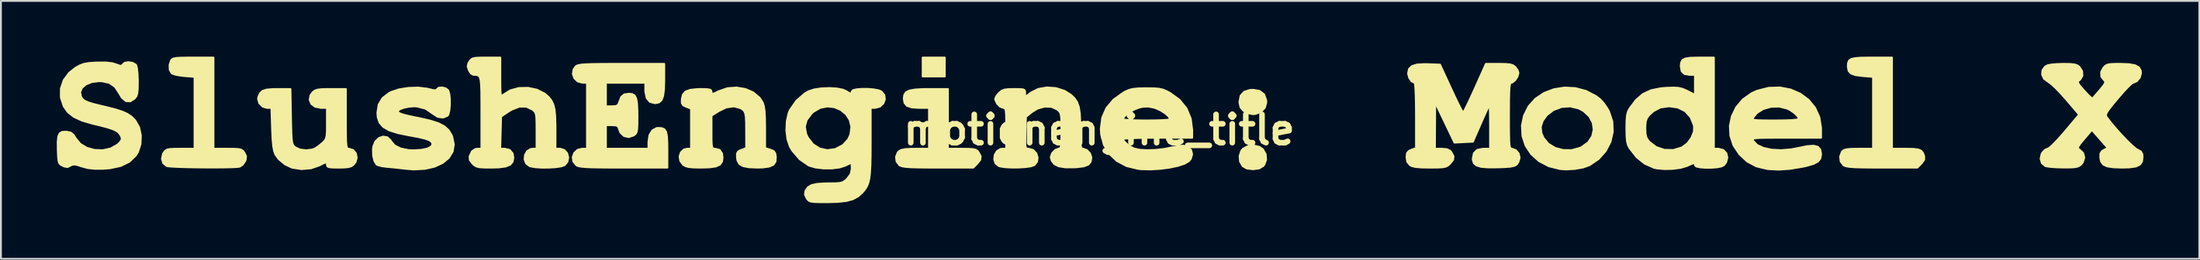
<source format=kicad_pcb>
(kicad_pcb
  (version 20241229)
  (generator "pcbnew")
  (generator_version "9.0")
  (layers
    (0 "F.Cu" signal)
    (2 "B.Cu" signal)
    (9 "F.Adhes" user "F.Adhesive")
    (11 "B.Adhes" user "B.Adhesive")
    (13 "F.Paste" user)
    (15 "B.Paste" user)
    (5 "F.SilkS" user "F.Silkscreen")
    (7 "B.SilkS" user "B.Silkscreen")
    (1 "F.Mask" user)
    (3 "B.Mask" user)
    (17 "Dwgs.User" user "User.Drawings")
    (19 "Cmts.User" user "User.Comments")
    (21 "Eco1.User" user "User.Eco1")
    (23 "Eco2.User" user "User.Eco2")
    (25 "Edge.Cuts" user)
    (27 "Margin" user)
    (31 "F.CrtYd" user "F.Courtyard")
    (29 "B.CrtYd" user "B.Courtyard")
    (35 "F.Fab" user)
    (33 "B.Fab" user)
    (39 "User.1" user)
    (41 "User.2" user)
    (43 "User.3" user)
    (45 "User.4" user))
  (footprint "motionengine_title"
    (layer "F.Cu")
    (at 56.001 3.945)
    (property "Reference" "motionengine_title" (at 0 0 0) (layer "F.SilkS") (effects (font (size 1.524 1.524) (thickness 0.3))))
    (attr through_hole)
    (fp_poly (pts (xy -8.297 -2.879) (xy -8.89 -2.879) (xy -9.483 -2.879) (xy -9.483 -3.387) (xy -9.483 -3.895) (xy -8.89 -3.895) (xy -8.297 -3.895) (xy -8.297 -3.387) (xy -8.297 -2.879)) (stroke (width 0.1) (type solid)) (fill yes) (layer "F.SilkS"))
    (fp_poly (pts (xy 8.975 -1.478) (xy 8.898 -1.195) (xy 8.693 -0.977) (xy 8.396 -0.859) (xy 8.255 -0.847) (xy 7.99 -0.901) (xy 7.758 -1.022) (xy 7.593 -1.207) (xy 7.537 -1.45) (xy 7.535 -1.517) (xy 7.596 -1.839) (xy 7.782 -2.049) (xy 8.094 -2.149) (xy 8.271 -2.159) (xy 8.621 -2.096) (xy 8.855 -1.912) (xy 8.966 -1.613) (xy 8.975 -1.478)) (stroke (width 0.1) (type solid)) (fill yes) (layer "F.SilkS"))
    (fp_poly (pts (xy 8.965 1.607) (xy 8.863 1.879) (xy 8.805 1.947) (xy 8.59 2.075) (xy 8.267 2.117) (xy 8.255 2.117) (xy 7.928 2.078) (xy 7.71 1.953) (xy 7.705 1.947) (xy 7.563 1.698) (xy 7.541 1.4) (xy 7.636 1.122) (xy 7.721 1.019) (xy 7.983 0.877) (xy 8.301 0.842) (xy 8.606 0.915) (xy 8.791 1.043) (xy 8.941 1.307) (xy 8.965 1.607)) (stroke (width 0.1) (type solid)) (fill yes) (layer "F.SilkS"))
    (fp_poly (pts (xy -6.368 1.424) (xy -6.389 1.61) (xy -6.552 1.818) (xy -6.558 1.824) (xy -6.766 2.032) (xy -8.656 2.032) (xy -9.291 2.03) (xy -9.779 2.024) (xy -10.14 2.012) (xy -10.398 1.993) (xy -10.572 1.965) (xy -10.686 1.928) (xy -10.734 1.9) (xy -10.885 1.703) (xy -10.915 1.453) (xy -10.822 1.216) (xy -10.767 1.156) (xy -10.641 1.082) (xy -10.438 1.038) (xy -10.123 1.019) (xy -9.878 1.016) (xy -9.144 1.016) (xy -9.144 -0.085) (xy -9.144 -1.185) (xy -9.688 -1.185) (xy -10.079 -1.211) (xy -10.329 -1.296) (xy -10.461 -1.457) (xy -10.499 -1.695) (xy -10.472 -1.887) (xy -10.379 -2.026) (xy -10.196 -2.118) (xy -9.903 -2.173) (xy -9.477 -2.198) (xy -9.125 -2.201) (xy -8.128 -2.201) (xy -8.128 -0.593) (xy -8.128 1.016) (xy -7.371 1.016) (xy -7.004 1.02) (xy -6.767 1.037) (xy -6.622 1.075) (xy -6.53 1.143) (xy -6.482 1.204) (xy -6.368 1.424)) (stroke (width 0.1) (type solid)) (fill yes) (layer "F.SilkS"))
    (fp_poly (pts (xy 44.319 1.601) (xy 44.187 1.794) (xy 44.163 1.819) (xy 43.95 2.032) (xy 42.06 2.032) (xy 41.424 2.03) (xy 40.937 2.024) (xy 40.575 2.012) (xy 40.318 1.993) (xy 40.143 1.965) (xy 40.029 1.928) (xy 39.982 1.9) (xy 39.832 1.703) (xy 39.801 1.444) (xy 39.894 1.188) (xy 39.911 1.164) (xy 39.995 1.091) (xy 40.137 1.046) (xy 40.373 1.023) (xy 40.737 1.016) (xy 40.798 1.016) (xy 41.571 1.016) (xy 41.571 -0.92) (xy 41.571 -2.855) (xy 41.02 -2.9) (xy 40.635 -2.949) (xy 40.391 -3.034) (xy 40.261 -3.172) (xy 40.217 -3.381) (xy 40.217 -3.422) (xy 40.228 -3.603) (xy 40.28 -3.731) (xy 40.395 -3.815) (xy 40.6 -3.864) (xy 40.92 -3.888) (xy 41.378 -3.895) (xy 41.504 -3.895) (xy 42.587 -3.895) (xy 42.587 -1.439) (xy 42.587 1.016) (xy 43.339 1.016) (xy 43.732 1.023) (xy 43.991 1.052) (xy 44.152 1.119) (xy 44.25 1.238) (xy 44.318 1.417) (xy 44.319 1.601)) (stroke (width 0.1) (type solid)) (fill yes) (layer "F.SilkS"))
    (fp_poly (pts (xy -45.834 1.417) (xy -45.854 1.602) (xy -45.886 1.686) (xy -46.015 1.876) (xy -46.171 1.98) (xy -46.331 2) (xy -46.624 2.014) (xy -47.02 2.022) (xy -47.486 2.026) (xy -47.992 2.025) (xy -48.506 2.02) (xy -48.997 2.011) (xy -49.435 1.997) (xy -49.787 1.981) (xy -50.022 1.961) (xy -50.099 1.946) (xy -50.281 1.792) (xy -50.351 1.558) (xy -50.297 1.298) (xy -50.257 1.227) (xy -50.18 1.126) (xy -50.084 1.064) (xy -49.93 1.031) (xy -49.68 1.018) (xy -49.359 1.016) (xy -48.599 1.016) (xy -48.599 -0.92) (xy -48.599 -2.855) (xy -49.15 -2.9) (xy -49.455 -2.938) (xy -49.703 -2.994) (xy -49.827 -3.049) (xy -49.932 -3.233) (xy -49.942 -3.491) (xy -49.866 -3.731) (xy -49.816 -3.798) (xy -49.731 -3.844) (xy -49.583 -3.873) (xy -49.343 -3.888) (xy -48.98 -3.894) (xy -48.68 -3.895) (xy -47.583 -3.895) (xy -47.583 -1.439) (xy -47.583 1.016) (xy -46.823 1.016) (xy -46.458 1.019) (xy -46.224 1.034) (xy -46.081 1.071) (xy -45.99 1.138) (xy -45.924 1.228) (xy -45.834 1.417)) (stroke (width 0.1) (type solid)) (fill yes) (layer "F.SilkS"))
    (fp_poly (pts (xy 27.589 0.096) (xy 27.469 0.635) (xy 27.213 1.134) (xy 26.83 1.566) (xy 26.563 1.748) (xy 26.563 -0.016) (xy 26.512 -0.383) (xy 26.33 -0.726) (xy 26.019 -1.014) (xy 25.763 -1.153) (xy 25.306 -1.265) (xy 24.841 -1.233) (xy 24.406 -1.071) (xy 24.042 -0.792) (xy 23.826 -0.491) (xy 23.718 -0.16) (xy 23.755 0.173) (xy 23.864 0.425) (xy 24.124 0.745) (xy 24.491 0.969) (xy 24.925 1.087) (xy 25.386 1.089) (xy 25.836 0.965) (xy 25.915 0.928) (xy 26.267 0.67) (xy 26.483 0.345) (xy 26.563 -0.016) (xy 26.563 1.748) (xy 26.339 1.901) (xy 25.996 2.023) (xy 25.557 2.102) (xy 25.093 2.129) (xy 24.765 2.109) (xy 24.152 1.957) (xy 23.629 1.683) (xy 23.209 1.307) (xy 22.907 0.849) (xy 22.736 0.329) (xy 22.708 -0.235) (xy 22.818 -0.764) (xy 23.069 -1.269) (xy 23.437 -1.679) (xy 23.898 -1.988) (xy 24.425 -2.189) (xy 24.994 -2.279) (xy 25.578 -2.25) (xy 26.151 -2.098) (xy 26.69 -1.817) (xy 26.906 -1.653) (xy 27.093 -1.449) (xy 27.288 -1.168) (xy 27.383 -0.997) (xy 27.564 -0.457) (xy 27.589 0.096)) (stroke (width 0.1) (type solid)) (fill yes) (layer "F.SilkS"))
    (fp_poly (pts (xy 38.777 1.327) (xy 38.74 1.541) (xy 38.611 1.704) (xy 38.369 1.833) (xy 37.989 1.942) (xy 37.794 1.984) (xy 37.108 2.098) (xy 36.52 2.14) (xy 35.979 2.114) (xy 35.881 2.103) (xy 35.299 1.963) (xy 34.81 1.701) (xy 34.395 1.315) (xy 34.076 0.837) (xy 33.907 0.32) (xy 33.879 -0.213) (xy 33.986 -0.734) (xy 34.221 -1.218) (xy 34.576 -1.64) (xy 35.045 -1.973) (xy 35.338 -2.106) (xy 35.963 -2.265) (xy 36.573 -2.283) (xy 37.148 -2.173) (xy 37.667 -1.946) (xy 38.11 -1.614) (xy 38.456 -1.191) (xy 38.685 -0.687) (xy 38.776 -0.116) (xy 38.777 -0.064) (xy 38.777 0.423) (xy 37.592 0.423) (xy 37.592 -0.593) (xy 37.523 -0.737) (xy 37.345 -0.911) (xy 37.107 -1.074) (xy 36.952 -1.15) (xy 36.528 -1.255) (xy 36.088 -1.243) (xy 35.676 -1.125) (xy 35.334 -0.914) (xy 35.126 -0.657) (xy 35.106 -0.6) (xy 35.132 -0.559) (xy 35.229 -0.533) (xy 35.418 -0.518) (xy 35.724 -0.51) (xy 36.17 -0.508) (xy 36.319 -0.508) (xy 36.837 -0.513) (xy 37.232 -0.529) (xy 37.488 -0.554) (xy 37.591 -0.588) (xy 37.592 -0.593) (xy 37.592 0.423) (xy 36.912 0.423) (xy 36.305 0.424) (xy 35.847 0.426) (xy 35.52 0.432) (xy 35.302 0.444) (xy 35.175 0.464) (xy 35.118 0.494) (xy 35.111 0.536) (xy 35.136 0.592) (xy 35.141 0.6) (xy 35.345 0.814) (xy 35.68 0.97) (xy 36.116 1.065) (xy 36.622 1.093) (xy 37.168 1.049) (xy 37.55 0.975) (xy 38.032 0.877) (xy 38.377 0.853) (xy 38.605 0.91) (xy 38.732 1.051) (xy 38.777 1.284) (xy 38.777 1.327)) (stroke (width 0.1) (type solid)) (fill yes) (layer "F.SilkS"))
    (fp_poly (pts (xy 4.995 0.423) (xy 3.81 0.423) (xy 3.81 -0.577) (xy 3.739 -0.716) (xy 3.555 -0.883) (xy 3.305 -1.045) (xy 3.034 -1.169) (xy 2.942 -1.198) (xy 2.623 -1.259) (xy 2.339 -1.244) (xy 2.138 -1.198) (xy 1.871 -1.095) (xy 1.608 -0.942) (xy 1.396 -0.773) (xy 1.28 -0.621) (xy 1.27 -0.577) (xy 1.35 -0.553) (xy 1.57 -0.533) (xy 1.9 -0.517) (xy 2.312 -0.509) (xy 2.54 -0.508) (xy 2.982 -0.512) (xy 3.357 -0.524) (xy 3.636 -0.542) (xy 3.789 -0.564) (xy 3.81 -0.577) (xy 3.81 0.423) (xy 3.133 0.423) (xy 2.592 0.426) (xy 2.112 0.435) (xy 1.719 0.448) (xy 1.436 0.465) (xy 1.287 0.484) (xy 1.27 0.493) (xy 1.337 0.616) (xy 1.502 0.774) (xy 1.716 0.924) (xy 1.889 1.01) (xy 2.175 1.071) (xy 2.572 1.094) (xy 3.024 1.08) (xy 3.477 1.029) (xy 3.768 0.972) (xy 4.081 0.905) (xy 4.36 0.86) (xy 4.502 0.848) (xy 4.766 0.914) (xy 4.935 1.085) (xy 4.991 1.315) (xy 4.919 1.559) (xy 4.817 1.684) (xy 4.585 1.82) (xy 4.224 1.939) (xy 3.772 2.034) (xy 3.27 2.099) (xy 2.755 2.129) (xy 2.269 2.117) (xy 2.09 2.099) (xy 1.47 1.948) (xy 0.948 1.671) (xy 0.537 1.284) (xy 0.251 0.801) (xy 0.103 0.237) (xy 0.085 -0.061) (xy 0.162 -0.657) (xy 0.39 -1.179) (xy 0.77 -1.63) (xy 1.305 -2.012) (xy 1.387 -2.057) (xy 1.591 -2.15) (xy 1.812 -2.206) (xy 2.099 -2.235) (xy 2.502 -2.243) (xy 2.54 -2.243) (xy 2.933 -2.239) (xy 3.209 -2.217) (xy 3.424 -2.169) (xy 3.63 -2.082) (xy 3.798 -1.993) (xy 4.313 -1.62) (xy 4.688 -1.156) (xy 4.917 -0.609) (xy 4.995 0.011) (xy 4.995 0.015) (xy 4.995 0.423)) (stroke (width 0.1) (type solid)) (fill yes) (layer "F.SilkS"))
    (fp_poly (pts (xy -39.888 1.495) (xy -39.954 1.739) (xy -40.047 1.863) (xy -40.17 1.954) (xy -40.339 2.006) (xy -40.601 2.029) (xy -40.852 2.032) (xy -41.177 2.028) (xy -41.367 2.009) (xy -41.459 1.968) (xy -41.486 1.893) (xy -41.487 1.865) (xy -41.496 1.773) (xy -41.549 1.752) (xy -41.683 1.805) (xy -41.88 1.907) (xy -42.341 2.068) (xy -42.859 2.112) (xy -43.363 2.034) (xy -43.367 2.033) (xy -43.741 1.855) (xy -44.07 1.581) (xy -44.256 1.327) (xy -44.323 1.149) (xy -44.373 0.888) (xy -44.408 0.517) (xy -44.432 0.007) (xy -44.434 -0.064) (xy -44.47 -1.185) (xy -44.712 -1.185) (xy -44.946 -1.256) (xy -45.119 -1.433) (xy -45.187 -1.662) (xy -45.171 -1.773) (xy -45.083 -1.971) (xy -44.948 -2.098) (xy -44.731 -2.169) (xy -44.398 -2.198) (xy -44.155 -2.201) (xy -43.448 -2.201) (xy -43.42 -0.712) (xy -43.409 -0.176) (xy -43.397 0.216) (xy -43.38 0.492) (xy -43.355 0.675) (xy -43.318 0.793) (xy -43.266 0.871) (xy -43.195 0.936) (xy -43.192 0.939) (xy -42.936 1.058) (xy -42.604 1.099) (xy -42.277 1.059) (xy -42.137 1.006) (xy -41.948 0.882) (xy -41.737 0.709) (xy -41.719 0.693) (xy -41.612 0.585) (xy -41.544 0.473) (xy -41.507 0.319) (xy -41.49 0.082) (xy -41.487 -0.277) (xy -41.487 -0.355) (xy -41.487 -1.185) (xy -41.812 -1.185) (xy -42.119 -1.245) (xy -42.326 -1.401) (xy -42.416 -1.619) (xy -42.371 -1.863) (xy -42.249 -2.032) (xy -42.145 -2.113) (xy -42.006 -2.164) (xy -41.791 -2.191) (xy -41.463 -2.201) (xy -41.275 -2.201) (xy -40.471 -2.201) (xy -40.471 -0.593) (xy -40.47 -0.034) (xy -40.466 0.378) (xy -40.456 0.666) (xy -40.439 0.851) (xy -40.412 0.956) (xy -40.373 1.004) (xy -40.319 1.016) (xy -40.307 1.016) (xy -40.08 1.085) (xy -39.935 1.261) (xy -39.888 1.495)) (stroke (width 0.1) (type solid)) (fill yes) (layer "F.SilkS"))
    (fp_poly (pts (xy -17.373 1.452) (xy -17.389 1.702) (xy -17.499 1.873) (xy -17.723 1.976) (xy -18.08 2.024) (xy -18.37 2.031) (xy -18.824 2.012) (xy -19.136 1.951) (xy -19.33 1.836) (xy -19.431 1.654) (xy -19.458 1.496) (xy -19.46 1.278) (xy -19.395 1.16) (xy -19.226 1.077) (xy -19.225 1.077) (xy -18.965 0.979) (xy -18.967 0.045) (xy -18.97 -0.397) (xy -18.985 -0.702) (xy -19.02 -0.903) (xy -19.083 -1.03) (xy -19.182 -1.118) (xy -19.277 -1.173) (xy -19.633 -1.267) (xy -20.035 -1.208) (xy -20.43 -1.018) (xy -20.828 -0.766) (xy -20.828 0.125) (xy -20.827 0.521) (xy -20.818 0.778) (xy -20.795 0.926) (xy -20.752 0.995) (xy -20.681 1.015) (xy -20.633 1.016) (xy -20.394 1.078) (xy -20.264 1.268) (xy -20.235 1.494) (xy -20.267 1.716) (xy -20.379 1.871) (xy -20.591 1.968) (xy -20.927 2.018) (xy -21.388 2.032) (xy -21.787 2.025) (xy -22.056 2) (xy -22.235 1.951) (xy -22.353 1.879) (xy -22.507 1.671) (xy -22.543 1.432) (xy -22.473 1.211) (xy -22.31 1.058) (xy -22.13 1.016) (xy -21.929 1.016) (xy -21.929 -0.066) (xy -21.929 -1.148) (xy -22.188 -1.246) (xy -22.358 -1.329) (xy -22.423 -1.447) (xy -22.421 -1.664) (xy -22.421 -1.665) (xy -22.364 -1.904) (xy -22.222 -2.064) (xy -21.973 -2.157) (xy -21.592 -2.197) (xy -21.399 -2.2) (xy -21.093 -2.195) (xy -20.92 -2.173) (xy -20.844 -2.122) (xy -20.828 -2.044) (xy -20.816 -1.958) (xy -20.757 -1.941) (xy -20.613 -1.997) (xy -20.433 -2.086) (xy -19.965 -2.246) (xy -19.476 -2.28) (xy -19.002 -2.2) (xy -18.579 -2.013) (xy -18.244 -1.729) (xy -18.08 -1.476) (xy -18.019 -1.291) (xy -17.978 -1.02) (xy -17.956 -0.636) (xy -17.949 -0.111) (xy -17.949 -0.111) (xy -17.949 0.981) (xy -17.674 1.062) (xy -17.485 1.142) (xy -17.4 1.276) (xy -17.373 1.452)) (stroke (width 0.1) (type solid)) (fill yes) (layer "F.SilkS"))
    (fp_poly (pts (xy -34.671 0.786) (xy -34.736 1.169) (xy -34.938 1.502) (xy -35.262 1.774) (xy -35.694 1.977) (xy -36.219 2.099) (xy -36.822 2.131) (xy -37.296 2.092) (xy -37.671 2.047) (xy -38.065 2.008) (xy -38.251 1.993) (xy -38.53 1.958) (xy -38.748 1.9) (xy -38.821 1.862) (xy -38.937 1.676) (xy -39.006 1.385) (xy -39.015 1.051) (xy -38.994 0.888) (xy -38.883 0.618) (xy -38.694 0.438) (xy -38.468 0.361) (xy -38.246 0.398) (xy -38.069 0.561) (xy -38.038 0.62) (xy -37.849 0.841) (xy -37.528 1.001) (xy -37.105 1.088) (xy -36.851 1.101) (xy -36.409 1.075) (xy -36.076 1.001) (xy -35.871 0.887) (xy -35.814 0.764) (xy -35.853 0.654) (xy -35.982 0.559) (xy -36.221 0.471) (xy -36.59 0.383) (xy -37.084 0.293) (xy -37.688 0.17) (xy -38.141 0.024) (xy -38.458 -0.157) (xy -38.658 -0.385) (xy -38.758 -0.672) (xy -38.777 -0.922) (xy -38.709 -1.362) (xy -38.501 -1.713) (xy -38.146 -1.986) (xy -38.054 -2.034) (xy -37.627 -2.179) (xy -37.111 -2.261) (xy -36.577 -2.277) (xy -36.096 -2.219) (xy -36.01 -2.197) (xy -35.754 -2.137) (xy -35.62 -2.141) (xy -35.579 -2.186) (xy -35.475 -2.272) (xy -35.292 -2.285) (xy -35.1 -2.233) (xy -34.971 -2.124) (xy -34.97 -2.122) (xy -34.911 -1.92) (xy -34.883 -1.632) (xy -34.885 -1.315) (xy -34.914 -1.025) (xy -34.971 -0.818) (xy -35.01 -0.762) (xy -35.25 -0.663) (xy -35.529 -0.702) (xy -35.796 -0.871) (xy -35.798 -0.873) (xy -36.19 -1.143) (xy -36.649 -1.262) (xy -36.823 -1.27) (xy -37.095 -1.247) (xy -37.362 -1.189) (xy -37.572 -1.111) (xy -37.674 -1.028) (xy -37.677 -1.013) (xy -37.654 -0.947) (xy -37.569 -0.887) (xy -37.399 -0.826) (xy -37.118 -0.755) (xy -36.704 -0.667) (xy -36.515 -0.63) (xy -35.933 -0.497) (xy -35.495 -0.355) (xy -35.175 -0.188) (xy -34.95 0.018) (xy -34.794 0.276) (xy -34.758 0.364) (xy -34.671 0.786)) (stroke (width 0.1) (type solid)) (fill yes) (layer "F.SilkS"))
    (fp_poly (pts (xy 33.744 1.493) (xy 33.676 1.748) (xy 33.559 1.904) (xy 33.415 1.972) (xy 33.17 2.017) (xy 32.869 2.04) (xy 32.558 2.04) (xy 32.28 2.018) (xy 32.08 1.973) (xy 32.004 1.905) (xy 32.004 1.905) (xy 31.999 1.818) (xy 31.959 1.79) (xy 31.956 1.791) (xy 31.956 -0.218) (xy 31.954 -0.225) (xy 31.773 -0.677) (xy 31.478 -1.007) (xy 31.077 -1.207) (xy 30.611 -1.27) (xy 30.154 -1.208) (xy 29.77 -1.008) (xy 29.549 -0.806) (xy 29.422 -0.638) (xy 29.358 -0.445) (xy 29.337 -0.161) (xy 29.337 -0.085) (xy 29.351 0.227) (xy 29.405 0.435) (xy 29.518 0.605) (xy 29.549 0.639) (xy 29.92 0.924) (xy 30.362 1.074) (xy 30.834 1.085) (xy 31.294 0.948) (xy 31.321 0.934) (xy 31.601 0.72) (xy 31.819 0.421) (xy 31.948 0.09) (xy 31.956 -0.218) (xy 31.956 1.791) (xy 31.846 1.823) (xy 31.622 1.921) (xy 31.569 1.945) (xy 31.243 2.042) (xy 30.821 2.099) (xy 30.374 2.111) (xy 29.972 2.076) (xy 29.802 2.038) (xy 29.302 1.817) (xy 28.874 1.474) (xy 28.492 0.985) (xy 28.485 0.974) (xy 28.403 0.813) (xy 28.353 0.611) (xy 28.328 0.325) (xy 28.321 -0.085) (xy 28.328 -0.496) (xy 28.353 -0.782) (xy 28.404 -0.983) (xy 28.485 -1.143) (xy 28.832 -1.606) (xy 29.204 -1.929) (xy 29.638 -2.134) (xy 30.172 -2.242) (xy 30.48 -2.266) (xy 30.855 -2.277) (xy 31.119 -2.263) (xy 31.329 -2.214) (xy 31.543 -2.122) (xy 31.602 -2.093) (xy 32.004 -1.886) (xy 32.004 -2.425) (xy 32.004 -2.963) (xy 31.725 -2.963) (xy 31.443 -3.01) (xy 31.288 -3.161) (xy 31.242 -3.429) (xy 31.26 -3.629) (xy 31.332 -3.763) (xy 31.486 -3.843) (xy 31.75 -3.883) (xy 32.15 -3.894) (xy 32.233 -3.895) (xy 33.02 -3.895) (xy 33.02 -1.439) (xy 33.02 1.016) (xy 33.272 1.016) (xy 33.528 1.083) (xy 33.69 1.257) (xy 33.744 1.493)) (stroke (width 0.1) (type solid)) (fill yes) (layer "F.SilkS"))
    (fp_poly (pts (xy -23.199 2.032) (xy -25.55 2.032) (xy -26.262 2.031) (xy -26.823 2.026) (xy -27.254 2.018) (xy -27.573 2.004) (xy -27.799 1.985) (xy -27.953 1.958) (xy -28.053 1.923) (xy -28.09 1.9) (xy -28.251 1.703) (xy -28.283 1.469) (xy -28.202 1.244) (xy -28.024 1.077) (xy -27.782 1.016) (xy -27.517 1.016) (xy -27.517 -0.762) (xy -27.517 -2.54) (xy -27.758 -2.54) (xy -28.015 -2.609) (xy -28.195 -2.783) (xy -28.276 -3.015) (xy -28.239 -3.257) (xy -28.124 -3.416) (xy -28.06 -3.458) (xy -27.962 -3.491) (xy -27.808 -3.516) (xy -27.579 -3.533) (xy -27.256 -3.545) (xy -26.818 -3.552) (xy -26.248 -3.555) (xy -25.669 -3.556) (xy -23.368 -3.556) (xy -23.368 -2.686) (xy -23.381 -2.187) (xy -23.426 -1.834) (xy -23.511 -1.606) (xy -23.645 -1.482) (xy -23.837 -1.44) (xy -23.868 -1.439) (xy -24.138 -1.508) (xy -24.31 -1.714) (xy -24.382 -2.055) (xy -24.384 -2.144) (xy -24.384 -2.54) (xy -25.442 -2.54) (xy -26.501 -2.54) (xy -26.501 -1.905) (xy -26.501 -1.27) (xy -26.171 -1.27) (xy -25.95 -1.286) (xy -25.839 -1.357) (xy -25.783 -1.502) (xy -25.679 -1.774) (xy -25.514 -1.911) (xy -25.266 -1.947) (xy -25.084 -1.927) (xy -24.957 -1.85) (xy -24.875 -1.691) (xy -24.829 -1.426) (xy -24.81 -1.031) (xy -24.807 -0.727) (xy -24.809 -0.328) (xy -24.82 -0.063) (xy -24.847 0.103) (xy -24.897 0.204) (xy -24.978 0.276) (xy -25.019 0.304) (xy -25.279 0.388) (xy -25.53 0.329) (xy -25.72 0.15) (xy -25.783 -0.008) (xy -25.838 -0.169) (xy -25.944 -0.239) (xy -26.161 -0.254) (xy -26.169 -0.254) (xy -26.501 -0.254) (xy -26.501 0.381) (xy -26.501 1.016) (xy -25.358 1.016) (xy -24.215 1.016) (xy -24.215 0.644) (xy -24.161 0.284) (xy -24.01 0.03) (xy -23.779 -0.096) (xy -23.681 -0.106) (xy -23.488 -0.09) (xy -23.354 -0.027) (xy -23.269 0.11) (xy -23.222 0.346) (xy -23.202 0.707) (xy -23.199 1.069) (xy -23.199 2.032)) (stroke (width 0.1) (type solid)) (fill yes) (layer "F.SilkS"))
    (fp_poly (pts (xy -28.525 1.492) (xy -28.573 1.726) (xy -28.721 1.9) (xy -28.901 1.964) (xy -29.199 2.009) (xy -29.565 2.032) (xy -29.947 2.034) (xy -30.295 2.011) (xy -30.558 1.964) (xy -30.599 1.95) (xy -30.788 1.805) (xy -30.868 1.59) (xy -30.848 1.356) (xy -30.738 1.153) (xy -30.546 1.031) (xy -30.436 1.016) (xy -30.226 1.016) (xy -30.226 0.048) (xy -30.228 -0.37) (xy -30.237 -0.653) (xy -30.261 -0.835) (xy -30.305 -0.952) (xy -30.378 -1.036) (xy -30.449 -1.095) (xy -30.777 -1.251) (xy -31.152 -1.249) (xy -31.566 -1.089) (xy -31.719 -0.995) (xy -32.131 -0.72) (xy -32.155 0.148) (xy -32.179 1.016) (xy -31.933 1.016) (xy -31.666 1.082) (xy -31.512 1.272) (xy -31.475 1.498) (xy -31.514 1.72) (xy -31.646 1.875) (xy -31.89 1.973) (xy -32.265 2.022) (xy -32.652 2.032) (xy -33.031 2.029) (xy -33.283 2.013) (xy -33.447 1.975) (xy -33.566 1.908) (xy -33.664 1.819) (xy -33.812 1.622) (xy -33.825 1.439) (xy -33.819 1.417) (xy -33.695 1.153) (xy -33.516 1.031) (xy -33.391 1.016) (xy -33.189 1.016) (xy -33.189 -0.922) (xy -33.19 -1.561) (xy -33.194 -2.05) (xy -33.206 -2.41) (xy -33.229 -2.66) (xy -33.268 -2.821) (xy -33.328 -2.911) (xy -33.411 -2.952) (xy -33.523 -2.963) (xy -33.609 -2.963) (xy -33.752 -3.038) (xy -33.866 -3.217) (xy -33.927 -3.425) (xy -33.886 -3.594) (xy -33.832 -3.683) (xy -33.755 -3.784) (xy -33.66 -3.846) (xy -33.507 -3.88) (xy -33.257 -3.893) (xy -32.933 -3.895) (xy -32.173 -3.895) (xy -32.173 -2.823) (xy -32.172 -2.383) (xy -32.166 -2.089) (xy -32.151 -1.917) (xy -32.123 -1.843) (xy -32.079 -1.844) (xy -32.022 -1.889) (xy -31.638 -2.129) (xy -31.178 -2.254) (xy -30.686 -2.265) (xy -30.208 -2.164) (xy -29.787 -1.953) (xy -29.575 -1.768) (xy -29.43 -1.581) (xy -29.328 -1.37) (xy -29.262 -1.1) (xy -29.225 -0.739) (xy -29.211 -0.254) (xy -29.21 -0.037) (xy -29.21 1.016) (xy -28.959 1.016) (xy -28.732 1.086) (xy -28.582 1.261) (xy -28.525 1.492)) (stroke (width 0.1) (type solid)) (fill yes) (layer "F.SilkS"))
    (fp_poly (pts (xy -0.423 1.493) (xy -0.46 1.718) (xy -0.587 1.87) (xy -0.827 1.963) (xy -1.204 2.01) (xy -1.326 2.017) (xy -1.82 2.017) (xy -2.174 1.961) (xy -2.41 1.844) (xy -2.552 1.658) (xy -2.553 1.656) (xy -2.603 1.463) (xy -2.537 1.278) (xy -2.508 1.231) (xy -2.355 1.076) (xy -2.199 1.016) (xy -2.127 1.005) (xy -2.079 0.954) (xy -2.051 0.833) (xy -2.037 0.614) (xy -2.032 0.267) (xy -2.032 0.048) (xy -2.033 -0.369) (xy -2.042 -0.652) (xy -2.066 -0.834) (xy -2.111 -0.951) (xy -2.185 -1.037) (xy -2.265 -1.103) (xy -2.569 -1.242) (xy -2.934 -1.254) (xy -3.315 -1.145) (xy -3.623 -0.956) (xy -3.937 -0.702) (xy -3.961 0.157) (xy -3.971 0.545) (xy -3.969 0.794) (xy -3.95 0.934) (xy -3.906 0.998) (xy -3.833 1.015) (xy -3.784 1.016) (xy -3.545 1.086) (xy -3.381 1.261) (xy -3.309 1.491) (xy -3.345 1.724) (xy -3.49 1.9) (xy -3.665 1.961) (xy -3.959 2.004) (xy -4.321 2.027) (xy -4.703 2.029) (xy -5.053 2.01) (xy -5.322 1.969) (xy -5.395 1.946) (xy -5.572 1.799) (xy -5.64 1.583) (xy -5.612 1.349) (xy -5.496 1.147) (xy -5.303 1.028) (xy -5.205 1.016) (xy -4.995 1.016) (xy -4.995 -0.085) (xy -4.997 -0.534) (xy -5.004 -0.842) (xy -5.021 -1.033) (xy -5.052 -1.137) (xy -5.101 -1.178) (xy -5.16 -1.185) (xy -5.33 -1.256) (xy -5.49 -1.422) (xy -5.582 -1.62) (xy -5.588 -1.674) (xy -5.532 -1.806) (xy -5.397 -1.977) (xy -5.38 -1.994) (xy -5.246 -2.106) (xy -5.092 -2.169) (xy -4.865 -2.196) (xy -4.576 -2.201) (xy -4.265 -2.198) (xy -4.087 -2.181) (xy -4.004 -2.135) (xy -3.981 -2.048) (xy -3.979 -1.985) (xy -3.979 -1.769) (xy -3.675 -2.002) (xy -3.281 -2.203) (xy -2.816 -2.285) (xy -2.328 -2.251) (xy -1.863 -2.103) (xy -1.51 -1.881) (xy -1.32 -1.694) (xy -1.184 -1.486) (xy -1.094 -1.223) (xy -1.042 -0.876) (xy -1.019 -0.411) (xy -1.016 -0.045) (xy -1.014 0.396) (xy -1.006 0.695) (xy -0.987 0.879) (xy -0.954 0.976) (xy -0.902 1.012) (xy -0.86 1.016) (xy -0.661 1.089) (xy -0.496 1.266) (xy -0.424 1.483) (xy -0.423 1.493)) (stroke (width 0.1) (type solid)) (fill yes) (layer "F.SilkS"))
    (fp_poly (pts (xy -11.516 -1.645) (xy -11.601 -1.423) (xy -11.782 -1.255) (xy -12.041 -1.185) (xy -12.05 -1.185) (xy -12.277 -1.185) (xy -12.277 0.68) (xy -12.279 1.363) (xy -12.291 1.9) (xy -12.314 2.316) (xy -12.353 2.634) (xy -12.413 2.878) (xy -12.497 3.072) (xy -12.609 3.24) (xy -12.725 3.376) (xy -12.962 3.587) (xy -13.24 3.735) (xy -13.593 3.83) (xy -14.052 3.879) (xy -14.582 3.893) (xy -15.006 3.892) (xy -15.293 3.884) (xy -15.477 3.863) (xy -15.589 3.822) (xy -15.663 3.755) (xy -15.716 3.68) (xy -15.807 3.483) (xy -15.781 3.3) (xy -15.761 3.254) (xy -15.645 3.088) (xy -15.455 2.976) (xy -15.166 2.91) (xy -14.749 2.881) (xy -14.508 2.879) (xy -14.153 2.875) (xy -13.92 2.856) (xy -13.764 2.81) (xy -13.64 2.726) (xy -13.54 2.631) (xy -13.352 2.379) (xy -13.293 2.101) (xy -13.293 2.081) (xy -13.3 1.882) (xy -13.315 1.795) (xy -13.315 -0.164) (xy -13.403 -0.535) (xy -13.604 -0.844) (xy -13.891 -1.079) (xy -14.236 -1.223) (xy -14.614 -1.263) (xy -14.997 -1.183) (xy -15.358 -0.97) (xy -15.449 -0.886) (xy -15.715 -0.536) (xy -15.813 -0.175) (xy -15.747 0.211) (xy -15.655 0.413) (xy -15.374 0.775) (xy -15.014 1.004) (xy -14.605 1.092) (xy -14.181 1.034) (xy -13.773 0.821) (xy -13.765 0.815) (xy -13.488 0.512) (xy -13.367 0.252) (xy -13.315 -0.164) (xy -13.315 1.795) (xy -13.318 1.781) (xy -13.322 1.778) (xy -13.409 1.813) (xy -13.587 1.899) (xy -13.639 1.926) (xy -13.952 2.025) (xy -14.364 2.075) (xy -14.813 2.075) (xy -15.238 2.026) (xy -15.576 1.928) (xy -15.606 1.914) (xy -16.085 1.585) (xy -16.479 1.129) (xy -16.615 0.9) (xy -16.75 0.503) (xy -16.806 0.023) (xy -16.784 -0.471) (xy -16.683 -0.913) (xy -16.615 -1.07) (xy -16.268 -1.57) (xy -15.822 -1.958) (xy -15.606 -2.083) (xy -15.31 -2.179) (xy -14.925 -2.236) (xy -14.504 -2.253) (xy -14.102 -2.23) (xy -13.772 -2.166) (xy -13.609 -2.095) (xy -13.415 -1.978) (xy -13.321 -1.961) (xy -13.293 -2.042) (xy -13.293 -2.074) (xy -13.216 -2.143) (xy -13.016 -2.188) (xy -12.735 -2.209) (xy -12.419 -2.207) (xy -12.11 -2.181) (xy -11.853 -2.132) (xy -11.703 -2.07) (xy -11.544 -1.875) (xy -11.516 -1.645)) (stroke (width 0.1) (type solid)) (fill yes) (layer "F.SilkS"))
    (fp_poly (pts (xy -51.484 0.303) (xy -51.504 0.764) (xy -51.639 1.19) (xy -51.761 1.388) (xy -52.105 1.716) (xy -52.562 1.941) (xy -53.143 2.066) (xy -53.508 2.094) (xy -53.977 2.095) (xy -54.343 2.054) (xy -54.662 1.967) (xy -54.928 1.881) (xy -55.096 1.86) (xy -55.223 1.9) (xy -55.27 1.929) (xy -55.427 2.001) (xy -55.591 1.973) (xy -55.685 1.932) (xy -55.798 1.87) (xy -55.87 1.79) (xy -55.911 1.654) (xy -55.933 1.425) (xy -55.947 1.07) (xy -55.951 0.641) (xy -55.921 0.354) (xy -55.844 0.185) (xy -55.709 0.108) (xy -55.501 0.099) (xy -55.464 0.102) (xy -55.248 0.146) (xy -55.101 0.267) (xy -54.991 0.446) (xy -54.739 0.753) (xy -54.384 0.966) (xy -53.967 1.081) (xy -53.528 1.095) (xy -53.107 1.003) (xy -52.746 0.8) (xy -52.623 0.683) (xy -52.514 0.534) (xy -52.517 0.404) (xy -52.582 0.272) (xy -52.672 0.151) (xy -52.805 0.048) (xy -53.01 -0.046) (xy -53.313 -0.144) (xy -53.741 -0.255) (xy -54.053 -0.328) (xy -54.645 -0.499) (xy -55.092 -0.707) (xy -55.414 -0.965) (xy -55.624 -1.267) (xy -55.782 -1.746) (xy -55.78 -2.225) (xy -55.628 -2.678) (xy -55.333 -3.077) (xy -54.997 -3.341) (xy -54.764 -3.472) (xy -54.548 -3.554) (xy -54.29 -3.599) (xy -53.932 -3.624) (xy -53.85 -3.627) (xy -53.369 -3.63) (xy -53.019 -3.591) (xy -52.812 -3.528) (xy -52.608 -3.454) (xy -52.506 -3.455) (xy -52.46 -3.521) (xy -52.344 -3.617) (xy -52.144 -3.645) (xy -51.928 -3.611) (xy -51.764 -3.517) (xy -51.734 -3.477) (xy -51.694 -3.319) (xy -51.663 -3.044) (xy -51.648 -2.701) (xy -51.647 -2.588) (xy -51.652 -2.219) (xy -51.675 -1.977) (xy -51.723 -1.82) (xy -51.804 -1.706) (xy -51.821 -1.688) (xy -52.057 -1.537) (xy -52.286 -1.552) (xy -52.499 -1.729) (xy -52.642 -1.967) (xy -52.87 -2.316) (xy -53.166 -2.527) (xy -53.56 -2.618) (xy -53.738 -2.624) (xy -54.122 -2.576) (xy -54.435 -2.447) (xy -54.651 -2.259) (xy -54.748 -2.032) (xy -54.7 -1.787) (xy -54.697 -1.783) (xy -54.619 -1.666) (xy -54.506 -1.572) (xy -54.329 -1.488) (xy -54.059 -1.403) (xy -53.667 -1.304) (xy -53.418 -1.246) (xy -52.889 -1.114) (xy -52.496 -0.99) (xy -52.204 -0.859) (xy -51.98 -0.705) (xy -51.791 -0.513) (xy -51.787 -0.509) (xy -51.578 -0.139) (xy -51.484 0.303)) (stroke (width 0.1) (type solid)) (fill yes) (layer "F.SilkS"))
    (fp_poly (pts (xy 22.583 1.488) (xy 22.574 1.542) (xy 22.516 1.729) (xy 22.437 1.856) (xy 22.306 1.936) (xy 22.093 1.981) (xy 21.765 2.006) (xy 21.421 2.018) (xy 20.897 2.022) (xy 20.52 1.991) (xy 20.27 1.918) (xy 20.127 1.796) (xy 20.071 1.618) (xy 20.069 1.543) (xy 20.128 1.252) (xy 20.303 1.08) (xy 20.605 1.017) (xy 20.647 1.016) (xy 20.997 1.016) (xy 20.997 -0.183) (xy 20.995 -0.608) (xy 20.988 -0.962) (xy 20.979 -1.216) (xy 20.967 -1.34) (xy 20.961 -1.347) (xy 20.916 -1.26) (xy 20.817 -1.048) (xy 20.679 -0.743) (xy 20.517 -0.375) (xy 20.5 -0.338) (xy 20.075 0.635) (xy 19.58 0.66) (xy 19.085 0.685) (xy 18.567 -0.399) (xy 18.049 -1.482) (xy 18.042 -0.233) (xy 18.034 1.016) (xy 18.41 1.016) (xy 18.681 1.039) (xy 18.848 1.122) (xy 18.918 1.204) (xy 19.032 1.424) (xy 19.011 1.61) (xy 18.848 1.818) (xy 18.842 1.824) (xy 18.736 1.918) (xy 18.619 1.979) (xy 18.453 2.013) (xy 18.2 2.028) (xy 17.82 2.032) (xy 17.76 2.032) (xy 17.311 2.024) (xy 16.999 1.998) (xy 16.795 1.95) (xy 16.698 1.9) (xy 16.55 1.721) (xy 16.51 1.47) (xy 16.534 1.254) (xy 16.634 1.134) (xy 16.764 1.075) (xy 17.018 0.979) (xy 17.018 -0.781) (xy 17.014 -1.347) (xy 17.004 -1.827) (xy 16.988 -2.198) (xy 16.967 -2.442) (xy 16.942 -2.539) (xy 16.939 -2.54) (xy 16.785 -2.614) (xy 16.656 -2.796) (xy 16.595 -3.024) (xy 16.595 -3.052) (xy 16.642 -3.281) (xy 16.796 -3.434) (xy 17.072 -3.519) (xy 17.487 -3.543) (xy 17.655 -3.539) (xy 18.31 -3.514) (xy 18.904 -2.223) (xy 19.103 -1.796) (xy 19.28 -1.429) (xy 19.422 -1.147) (xy 19.517 -0.975) (xy 19.549 -0.933) (xy 19.599 -1.007) (xy 19.704 -1.211) (xy 19.853 -1.519) (xy 20.033 -1.906) (xy 20.187 -2.246) (xy 20.773 -3.556) (xy 21.478 -3.556) (xy 21.844 -3.55) (xy 22.083 -3.525) (xy 22.238 -3.473) (xy 22.351 -3.387) (xy 22.352 -3.387) (xy 22.478 -3.21) (xy 22.521 -3.067) (xy 22.469 -2.869) (xy 22.345 -2.677) (xy 22.196 -2.555) (xy 22.136 -2.54) (xy 22.094 -2.517) (xy 22.063 -2.434) (xy 22.041 -2.271) (xy 22.026 -2.009) (xy 22.017 -1.629) (xy 22.014 -1.109) (xy 22.013 -0.762) (xy 22.014 -0.17) (xy 22.018 0.274) (xy 22.026 0.592) (xy 22.041 0.803) (xy 22.065 0.93) (xy 22.099 0.993) (xy 22.145 1.015) (xy 22.17 1.016) (xy 22.378 1.09) (xy 22.532 1.269) (xy 22.583 1.488)) (stroke (width 0.1) (type solid)) (fill yes) (layer "F.SilkS"))
    (fp_poly (pts (xy 56.049 1.473) (xy 56.017 1.708) (xy 55.905 1.87) (xy 55.691 1.971) (xy 55.351 2.02) (xy 54.951 2.031) (xy 54.478 2.015) (xy 54.149 1.964) (xy 53.939 1.866) (xy 53.823 1.71) (xy 53.78 1.506) (xy 53.783 1.282) (xy 53.862 1.151) (xy 53.967 1.084) (xy 54.179 0.973) (xy 53.753 0.487) (xy 53.327 0.001) (xy 52.914 0.486) (xy 52.706 0.737) (xy 52.6 0.893) (xy 52.58 0.985) (xy 52.632 1.042) (xy 52.645 1.05) (xy 52.853 1.243) (xy 52.918 1.492) (xy 52.836 1.752) (xy 52.747 1.863) (xy 52.643 1.944) (xy 52.504 1.994) (xy 52.29 2.02) (xy 51.961 2.027) (xy 51.795 2.027) (xy 51.426 2.016) (xy 51.104 1.993) (xy 50.879 1.961) (xy 50.824 1.946) (xy 50.642 1.792) (xy 50.572 1.558) (xy 50.626 1.298) (xy 50.666 1.227) (xy 50.811 1.074) (xy 50.95 1.016) (xy 51.057 0.953) (xy 51.246 0.781) (xy 51.496 0.52) (xy 51.785 0.195) (xy 51.869 0.096) (xy 52.642 -0.824) (xy 51.932 -1.656) (xy 51.643 -1.981) (xy 51.369 -2.264) (xy 51.139 -2.476) (xy 50.985 -2.588) (xy 50.977 -2.591) (xy 50.756 -2.754) (xy 50.653 -2.976) (xy 50.67 -3.208) (xy 50.809 -3.403) (xy 50.94 -3.476) (xy 51.124 -3.515) (xy 51.419 -3.543) (xy 51.766 -3.556) (xy 51.822 -3.556) (xy 52.18 -3.549) (xy 52.413 -3.521) (xy 52.565 -3.465) (xy 52.663 -3.387) (xy 52.803 -3.157) (xy 52.816 -2.914) (xy 52.701 -2.715) (xy 52.669 -2.689) (xy 52.591 -2.623) (xy 52.579 -2.547) (xy 52.645 -2.43) (xy 52.805 -2.236) (xy 52.914 -2.113) (xy 53.117 -1.895) (xy 53.275 -1.745) (xy 53.359 -1.691) (xy 53.363 -1.693) (xy 53.435 -1.775) (xy 53.584 -1.947) (xy 53.762 -2.153) (xy 53.952 -2.387) (xy 54.039 -2.532) (xy 54.037 -2.62) (xy 53.996 -2.662) (xy 53.834 -2.869) (xy 53.826 -3.118) (xy 53.937 -3.331) (xy 54.034 -3.44) (xy 54.141 -3.506) (xy 54.301 -3.541) (xy 54.556 -3.554) (xy 54.851 -3.556) (xy 55.325 -3.538) (xy 55.653 -3.477) (xy 55.855 -3.366) (xy 55.95 -3.194) (xy 55.965 -3.056) (xy 55.9 -2.816) (xy 55.741 -2.621) (xy 55.538 -2.534) (xy 55.535 -2.534) (xy 55.438 -2.47) (xy 55.259 -2.299) (xy 55.022 -2.046) (xy 54.752 -1.736) (xy 54.711 -1.687) (xy 54.422 -1.338) (xy 54.231 -1.092) (xy 54.122 -0.924) (xy 54.082 -0.811) (xy 54.097 -0.729) (xy 54.118 -0.693) (xy 54.355 -0.384) (xy 54.64 -0.046) (xy 54.945 0.293) (xy 55.242 0.603) (xy 55.504 0.855) (xy 55.703 1.019) (xy 55.774 1.062) (xy 55.965 1.168) (xy 56.039 1.315) (xy 56.049 1.473)) (stroke (width 0.1) (type solid)) (fill yes) (layer "F.SilkS")))
  (gr_rect
    (start -3 -3)
    (end 115.1 10.887)
    (stroke (width 0.1) (type default))
    (fill no)
    (layer "Edge.Cuts")))
</source>
